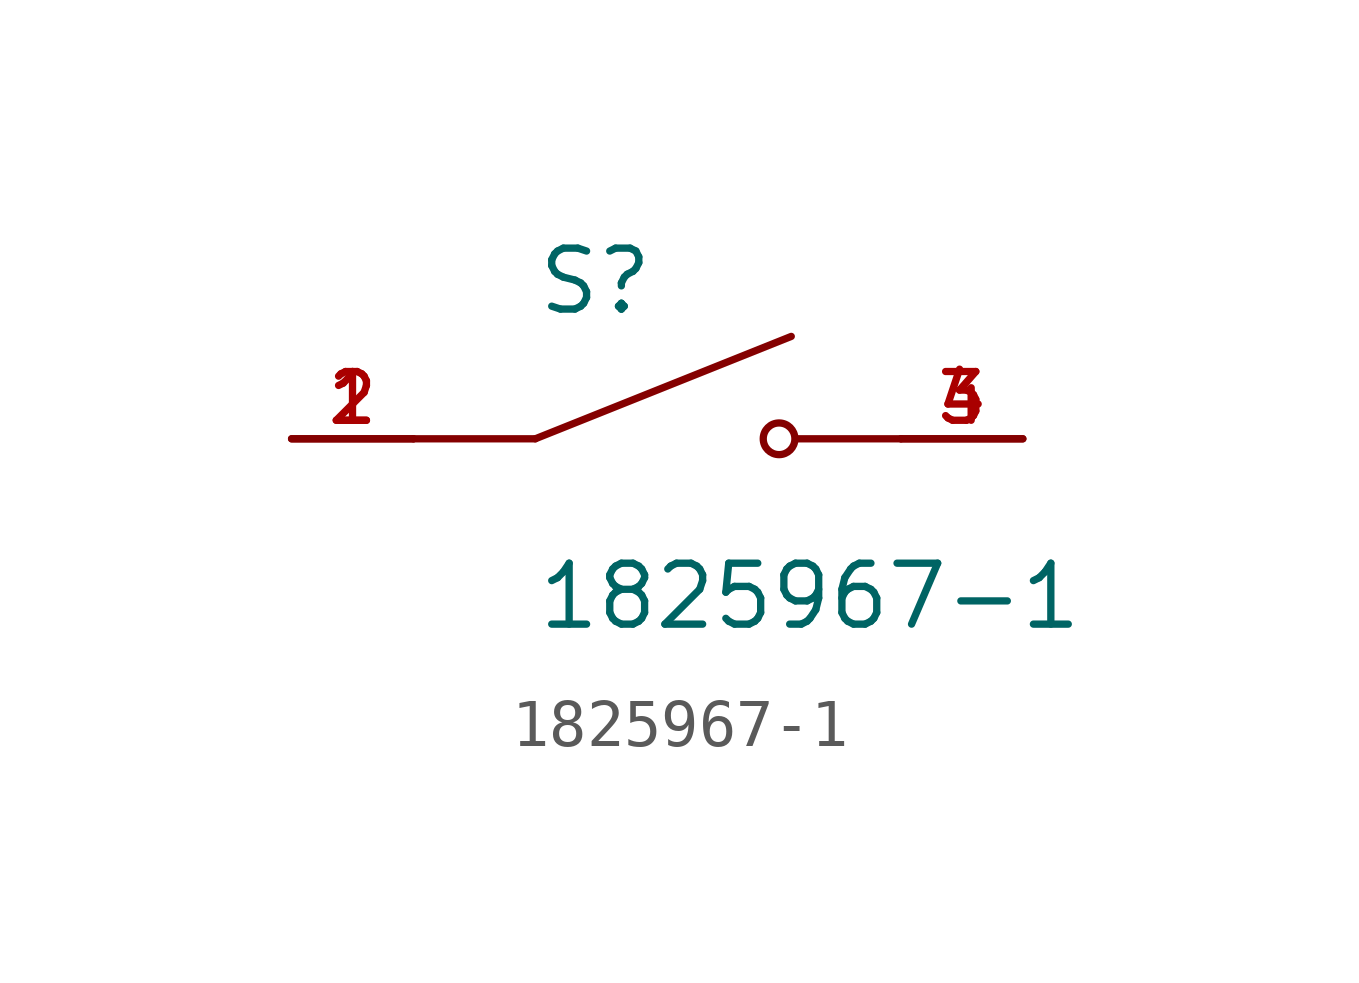
<source format=kicad_sym>
(kicad_symbol_lib
  (version 20211014)
  (generator kicad_symbol_editor)
  (symbol "1825967-1"
    (pin_names
      (offset 1.016))
    (property "Reference" "S"
      (at -2.54 2.54 0)
      (effects (font (size 1.27 1.27)) (justify bottom left)))
    (property "Value" "1825967-1"
      (at -2.54 -2.54 0)
      (effects (font (size 1.27 1.27)) (justify top left)))
    (symbol "1825967-1_0_0"
      (polyline (pts (xy -2.54 0.0) (xy 2.794 2.134)) (stroke (width 0.152)))
      (circle (center 2.54 0.0) (radius 0.33) (stroke (width 0.152)) (fill (type none)))
      (polyline (pts (xy 5.08 0.0) (xy 2.921 0.0)) (stroke (width 0.152)))
      (polyline (pts (xy -2.54 0.0) (xy -5.08 0.0)) (stroke (width 0.152)))
      (pin passive line (at -7.62 0.0 0) (length 2.54) (name "~" (effects (font (size 1.016 1.016)))) (number "1" (effects (font (size 1.016 1.016)))))
      (pin passive line (at -7.62 0.0 0) (length 2.54) (name "~" (effects (font (size 1.016 1.016)))) (number "2" (effects (font (size 1.016 1.016)))))
      (pin passive line (at 7.62 0.0 180.0) (length 2.54) (name "~" (effects (font (size 1.016 1.016)))) (number "3" (effects (font (size 1.016 1.016)))))
      (pin passive line (at 7.62 0.0 180.0) (length 2.54) (name "~" (effects (font (size 1.016 1.016)))) (number "4" (effects (font (size 1.016 1.016))))))))
</source>
